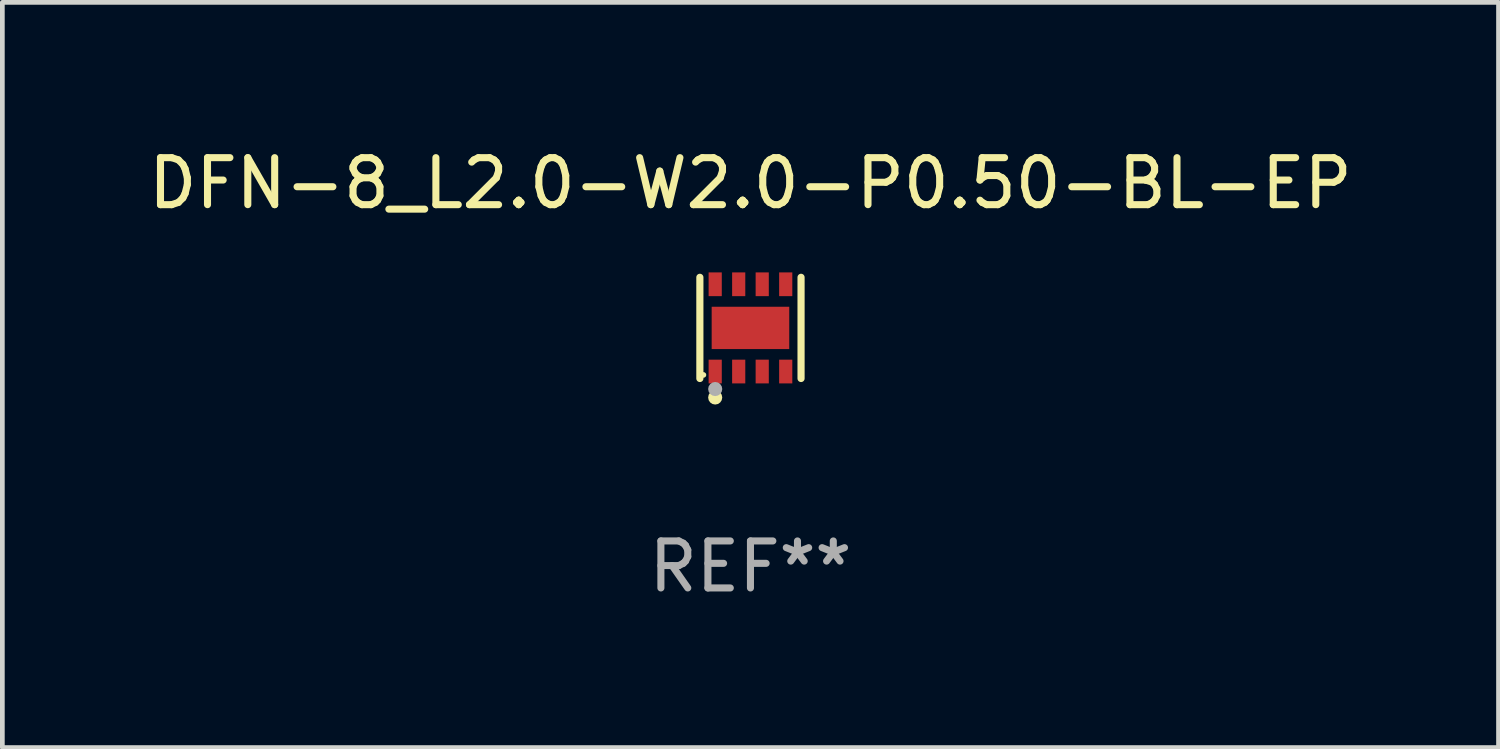
<source format=kicad_pcb>
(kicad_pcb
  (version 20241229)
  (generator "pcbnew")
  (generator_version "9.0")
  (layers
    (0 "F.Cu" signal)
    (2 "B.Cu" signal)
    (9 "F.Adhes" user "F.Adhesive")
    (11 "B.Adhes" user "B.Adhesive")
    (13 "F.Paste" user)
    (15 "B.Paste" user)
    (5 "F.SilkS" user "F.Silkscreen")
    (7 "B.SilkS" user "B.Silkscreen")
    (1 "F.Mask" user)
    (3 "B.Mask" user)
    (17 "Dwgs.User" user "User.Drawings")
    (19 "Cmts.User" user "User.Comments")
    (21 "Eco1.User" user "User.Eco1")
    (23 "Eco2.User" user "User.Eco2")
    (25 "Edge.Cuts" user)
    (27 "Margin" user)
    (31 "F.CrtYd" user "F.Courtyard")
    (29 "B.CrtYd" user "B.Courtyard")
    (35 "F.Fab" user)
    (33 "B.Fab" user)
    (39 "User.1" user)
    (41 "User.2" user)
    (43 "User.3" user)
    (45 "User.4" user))
  (footprint "DFN-8_L2.0-W2.0-P0.50-BL-EP"
    (layer "F.Cu")
    (at 12.911 3.924)
    (property "Reference" "DFN-8_L2.0-W2.0-P0.50-BL-EP" (at 0 -3.076 0) (layer "F.SilkS") (effects (font (size 1 1) (thickness 0.15))))
    (attr through_hole)
    (fp_line (start -1.076 1.076) (end -1.076 -1.076) (stroke (width 0.152) (type solid)) (layer "F.SilkS"))
    (fp_line (start 1.076 1.076) (end 1.076 -1.076) (stroke (width 0.152) (type solid)) (layer "F.SilkS"))
    (fp_circle (center -1 1) (end -0.97 1) (stroke (width 0.06) (type solid)) (fill no) (layer "F.SilkS"))
    (fp_circle (center -0.75 1.48) (end -0.675 1.48) (stroke (width 0.15) (type solid)) (fill no) (layer "F.SilkS"))
    (fp_circle (center -0.75 1.3) (end -0.675 1.3) (stroke (width 0.15) (type solid)) (fill no) (layer "F.Fab"))
    (fp_text user "REF**" (at 0 5.076 0) (layer "F.Fab") (effects (font (size 1 1) (thickness 0.15))))
    (pad "1" smd rect (at -0.75 0.928) (size 0.28 0.505) (layers "F.Cu" "F.Mask" "F.Paste"))
    (pad "2" smd rect (at -0.25 0.928) (size 0.28 0.505) (layers "F.Cu" "F.Mask" "F.Paste"))
    (pad "3" smd rect (at 0.25 0.928) (size 0.28 0.505) (layers "F.Cu" "F.Mask" "F.Paste"))
    (pad "4" smd rect (at 0.75 0.928) (size 0.28 0.505) (layers "F.Cu" "F.Mask" "F.Paste"))
    (pad "5" smd rect (at 0.75 -0.928) (size 0.28 0.505) (layers "F.Cu" "F.Mask" "F.Paste"))
    (pad "6" smd rect (at 0.25 -0.928) (size 0.28 0.505) (layers "F.Cu" "F.Mask" "F.Paste"))
    (pad "7" smd rect (at -0.25 -0.928) (size 0.28 0.505) (layers "F.Cu" "F.Mask" "F.Paste"))
    (pad "8" smd rect (at -0.75 -0.928) (size 0.28 0.505) (layers "F.Cu" "F.Mask" "F.Paste"))
    (pad "9" smd rect (at 0 0) (size 1.65 0.9) (layers "F.Cu" "F.Mask" "F.Paste")))
  (gr_rect
    (start -3 -3)
    (end 28.821 12.849)
    (stroke (width 0.1) (type default))
    (fill no)
    (layer "Edge.Cuts")))
</source>
